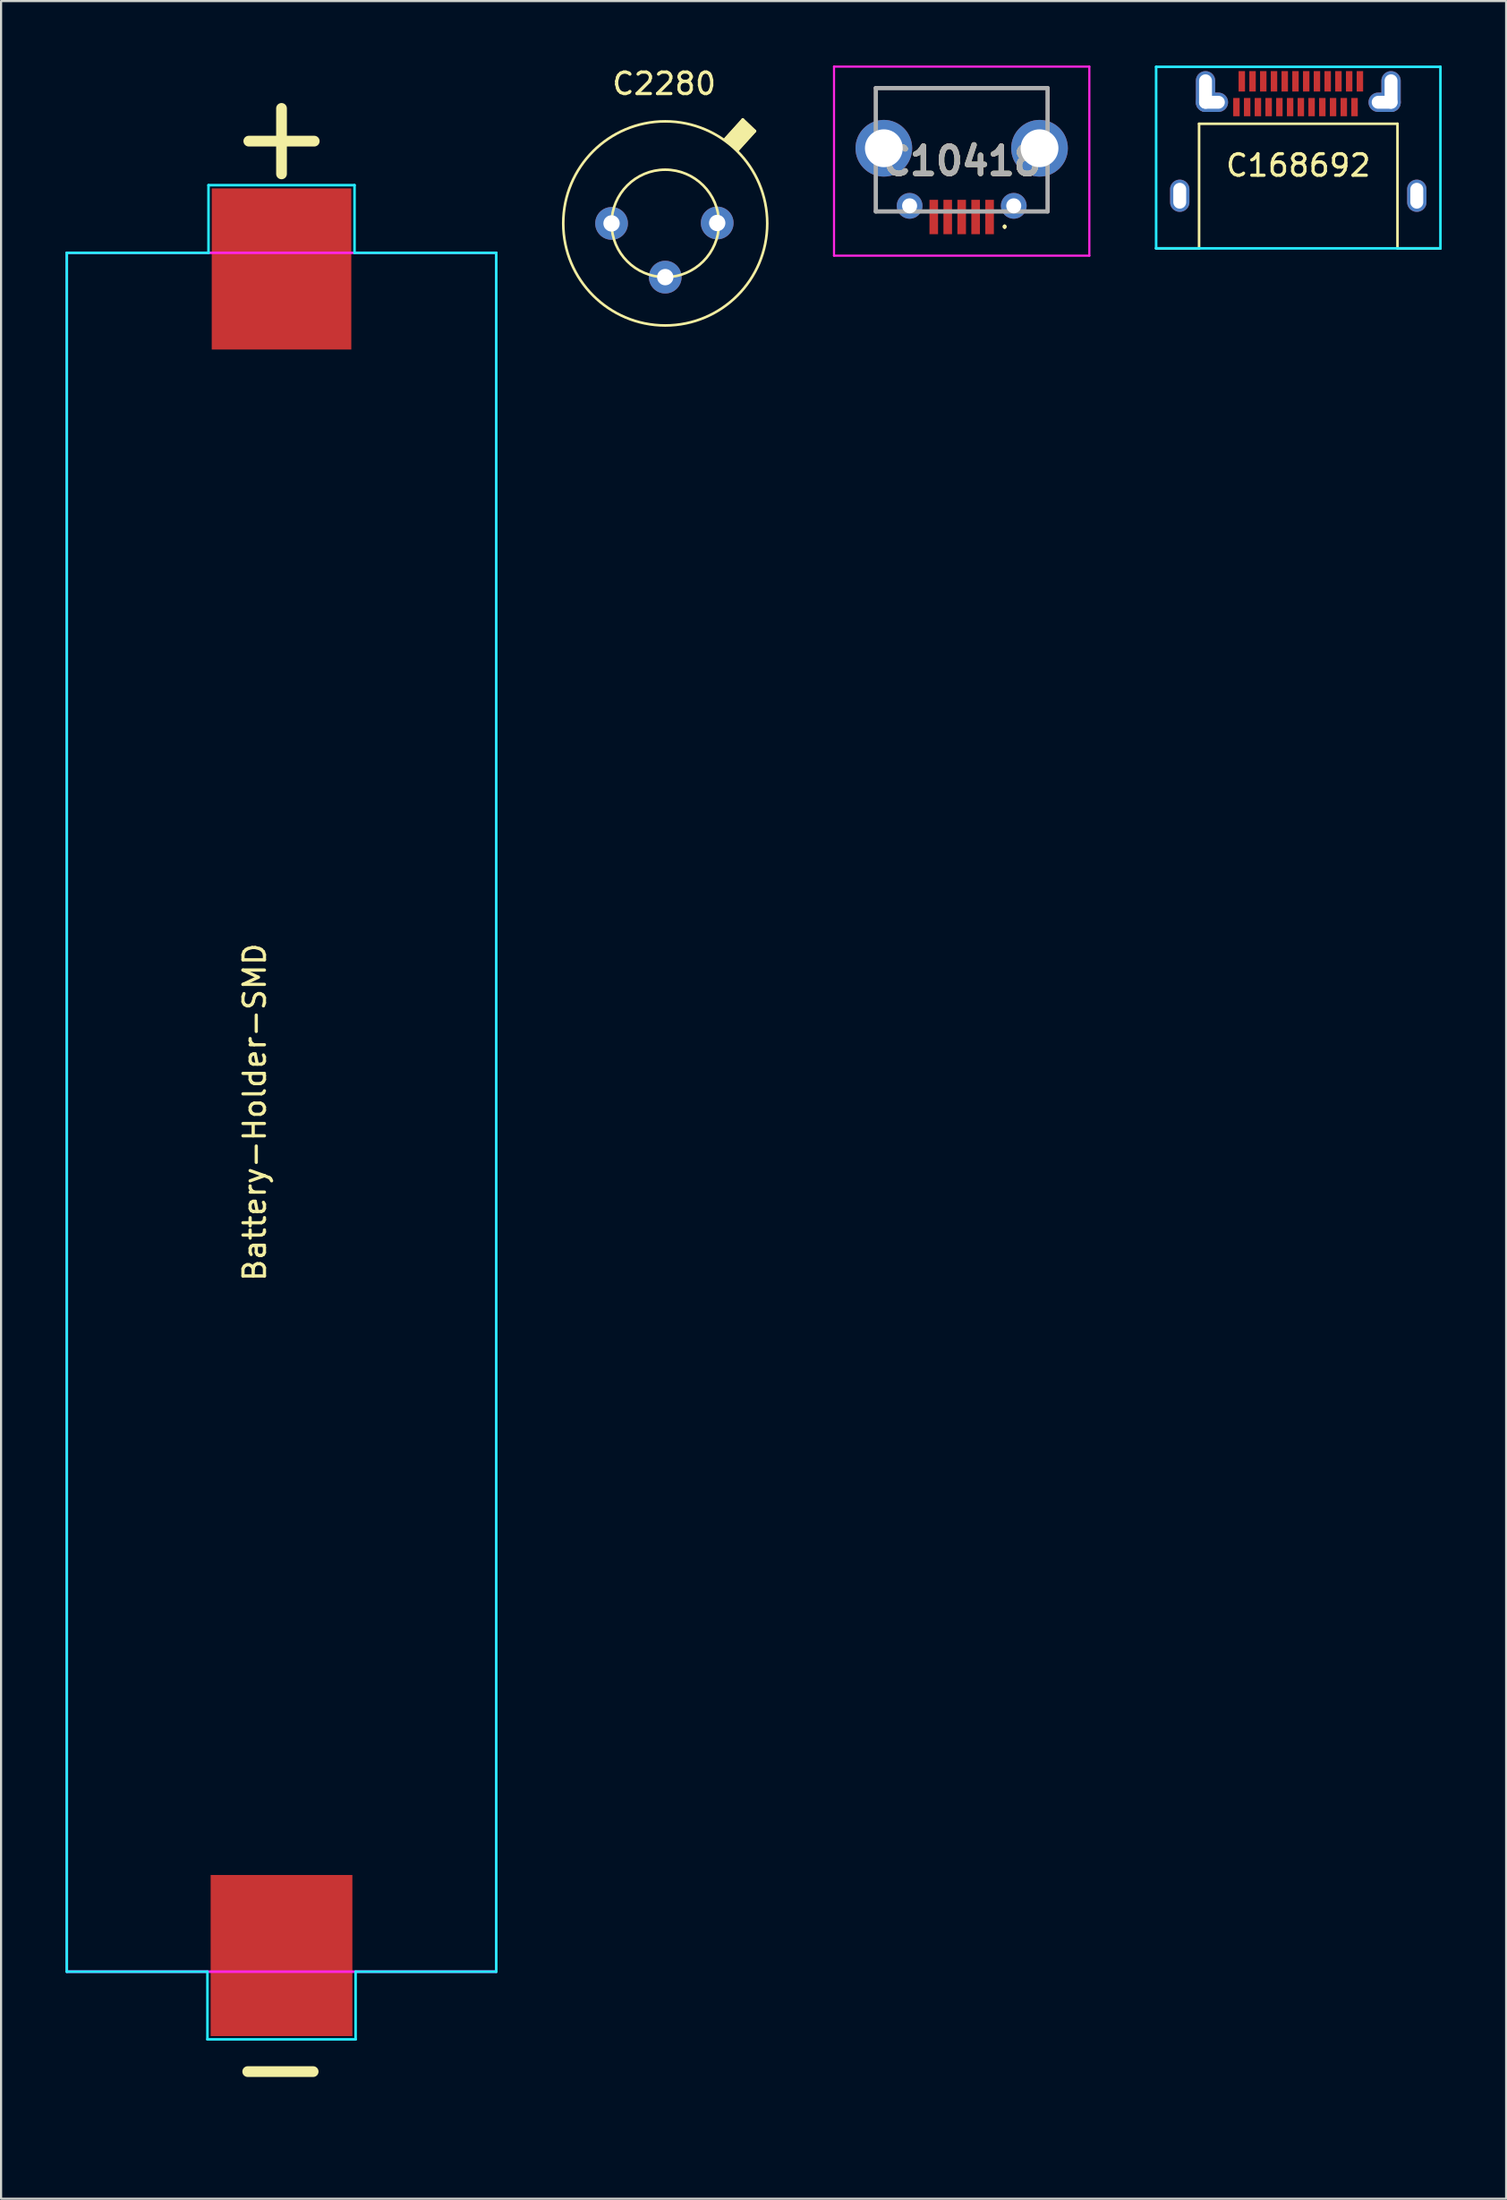
<source format=kicad_pcb>
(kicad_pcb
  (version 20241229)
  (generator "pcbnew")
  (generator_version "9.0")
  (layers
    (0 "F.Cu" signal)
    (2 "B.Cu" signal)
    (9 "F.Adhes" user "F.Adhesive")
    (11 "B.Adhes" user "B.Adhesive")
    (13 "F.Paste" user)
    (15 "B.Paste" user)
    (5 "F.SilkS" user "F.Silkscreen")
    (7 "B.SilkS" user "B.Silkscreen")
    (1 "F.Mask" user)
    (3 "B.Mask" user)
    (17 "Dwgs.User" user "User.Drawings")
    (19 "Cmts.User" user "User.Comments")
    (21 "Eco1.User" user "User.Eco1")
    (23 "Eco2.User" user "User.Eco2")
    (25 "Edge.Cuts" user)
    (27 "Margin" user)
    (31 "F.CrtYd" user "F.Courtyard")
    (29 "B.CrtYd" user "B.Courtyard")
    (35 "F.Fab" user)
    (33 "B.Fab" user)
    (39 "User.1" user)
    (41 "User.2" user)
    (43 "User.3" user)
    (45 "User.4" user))
  (footprint "C10418"
    (layer "F.Cu")
    (at 41.735 4.05)
    (property "Reference" "C10418" (at 0 0.4 0) (layer "F.SilkS") (effects (font (size 1.27 1.27) (thickness 0.254))))
    (attr through_hole)
    (fp_line (start -4 -3) (end 4 -3) (stroke (width 0.1) (type solid)) (layer "F.SilkS"))
    (fp_line (start -4 -1.8) (end -4 -3) (stroke (width 0.1) (type solid)) (layer "F.SilkS"))
    (fp_line (start -4 1.4) (end -4 2.74) (stroke (width 0.1) (type solid)) (layer "F.SilkS"))
    (fp_line (start -4 2.74) (end -3.2 2.74) (stroke (width 0.1) (type solid)) (layer "F.SilkS"))
    (fp_line (start 2 3.4) (end 2 3.4) (stroke (width 0.1) (type solid)) (layer "F.SilkS"))
    (fp_line (start 2 3.5) (end 2 3.5) (stroke (width 0.1) (type solid)) (layer "F.SilkS"))
    (fp_line (start 4 -3) (end 4 -1.8) (stroke (width 0.1) (type solid)) (layer "F.SilkS"))
    (fp_line (start 4 1.4) (end 4 2.74) (stroke (width 0.1) (type solid)) (layer "F.SilkS"))
    (fp_line (start 4 2.74) (end 3.2 2.74) (stroke (width 0.1) (type solid)) (layer "F.SilkS"))
    (fp_arc (start 2 3.4) (mid 2.05 3.45) (end 2 3.5) (stroke (width 0.1) (type solid)) (layer "F.SilkS"))
    (fp_arc (start 2 3.5) (mid 1.95 3.45) (end 2 3.4) (stroke (width 0.1) (type solid)) (layer "F.SilkS"))
    (fp_line (start -5.945 -4) (end 5.945 -4) (stroke (width 0.1) (type solid)) (layer "F.CrtYd"))
    (fp_line (start -5.945 4.8) (end -5.945 -4) (stroke (width 0.1) (type solid)) (layer "F.CrtYd"))
    (fp_line (start 5.945 -4) (end 5.945 4.8) (stroke (width 0.1) (type solid)) (layer "F.CrtYd"))
    (fp_line (start 5.945 4.8) (end -5.945 4.8) (stroke (width 0.1) (type solid)) (layer "F.CrtYd"))
    (fp_line (start -4 -3) (end 4 -3) (stroke (width 0.2) (type solid)) (layer "F.Fab"))
    (fp_line (start -4 2.74) (end -4 -3) (stroke (width 0.2) (type solid)) (layer "F.Fab"))
    (fp_line (start 4 -3) (end 4 2.74) (stroke (width 0.2) (type solid)) (layer "F.Fab"))
    (fp_line (start 4 2.74) (end -4 2.74) (stroke (width 0.2) (type solid)) (layer "F.Fab"))
    (fp_text user "${REFERENCE}" (at 0 0.4 0) (layer "F.Fab") (effects (font (size 1.27 1.27) (thickness 0.254))))
    (pad "1" smd rect (at 1.3 3) (size 0.4 1.6) (layers "F.Cu" "F.Mask" "F.Paste"))
    (pad "2" smd rect (at 0.65 3) (size 0.4 1.6) (layers "F.Cu" "F.Mask" "F.Paste"))
    (pad "3" smd rect (at 0 3) (size 0.4 1.6) (layers "F.Cu" "F.Mask" "F.Paste"))
    (pad "4" smd rect (at -0.65 3) (size 0.4 1.6) (layers "F.Cu" "F.Mask" "F.Paste"))
    (pad "5" smd rect (at -1.3 3) (size 0.4 1.6) (layers "F.Cu" "F.Mask" "F.Paste"))
    (pad "MH1" thru_hole circle (at -3.625 -0.2) (size 2.64 2.64) (drill 1.76) (layers "*.Cu" "*.Mask"))
    (pad "MH2" thru_hole circle (at 3.625 -0.2) (size 2.64 2.64) (drill 1.76) (layers "*.Cu" "*.Mask"))
    (pad "MH3" thru_hole circle (at -2.425 2.48) (size 1.2 1.2) (drill 0.7) (layers "*.Cu" "*.Mask"))
    (pad "MH4" thru_hole circle (at 2.425 2.48) (size 1.2 1.2) (drill 0.7) (layers "*.Cu" "*.Mask")))
  (footprint "Battery-Holder-SMD"
    (layer "F.Cu")
    (at 10.06 48.718)
    (property "Reference" "Battery-Holder-SMD" (at -1.25 0 90) (layer "F.SilkS") (effects (font (size 1 1) (thickness 0.15))))
    (attr through_hole)
    (fp_line (start -10 -40) (end -3.4 -40) (stroke (width 0.12) (type solid)) (layer "B.CrtYd"))
    (fp_line (start -10 40) (end -10 -40) (stroke (width 0.12) (type solid)) (layer "B.CrtYd"))
    (fp_line (start -3.45 40) (end -10 40) (stroke (width 0.12) (type solid)) (layer "B.CrtYd"))
    (fp_line (start -3.45 43.15) (end -3.45 40) (stroke (width 0.12) (type solid)) (layer "B.CrtYd"))
    (fp_line (start -3.4 -43.15) (end 3.4 -43.15) (stroke (width 0.12) (type solid)) (layer "B.CrtYd"))
    (fp_line (start -3.4 -40) (end -3.4 -43.15) (stroke (width 0.12) (type solid)) (layer "B.CrtYd"))
    (fp_line (start 3.4 -43.15) (end 3.4 -40) (stroke (width 0.12) (type solid)) (layer "B.CrtYd"))
    (fp_line (start 3.4 -40) (end 10 -40) (stroke (width 0.12) (type solid)) (layer "B.CrtYd"))
    (fp_line (start 3.45 40) (end 3.45 43.15) (stroke (width 0.12) (type solid)) (layer "B.CrtYd"))
    (fp_line (start 3.45 43.15) (end -3.45 43.15) (stroke (width 0.12) (type solid)) (layer "B.CrtYd"))
    (fp_line (start 10 -40) (end 10 40) (stroke (width 0.12) (type solid)) (layer "B.CrtYd"))
    (fp_line (start 10 40) (end 3.45 40) (stroke (width 0.12) (type solid)) (layer "B.CrtYd"))
    (fp_line (start -10 -40) (end -10 40) (stroke (width 0.12) (type solid)) (layer "F.CrtYd"))
    (fp_line (start -10 -40) (end 10 -40) (stroke (width 0.12) (type solid)) (layer "F.CrtYd"))
    (fp_line (start -10 40) (end 10 40) (stroke (width 0.12) (type solid)) (layer "F.CrtYd"))
    (fp_line (start 10 -40) (end 10 40) (stroke (width 0.12) (type solid)) (layer "F.CrtYd"))
    (fp_text user "-" (at -0.05 44.35 0) (layer "F.SilkS") (effects (font (size 4 4) (thickness 0.5))))
    (fp_text user "+" (at 0 -45.5 0) (layer "F.SilkS") (effects (font (size 4 4) (thickness 0.5))))
    (pad "+" smd rect (at 0 -39.25) (size 6.5 7.5) (layers "F.Cu" "F.Mask" "F.Paste"))
    (pad "-" smd rect (at 0 39.25) (size 6.6 7.5) (layers "F.Cu" "F.Mask" "F.Paste")))
  (footprint "C2280"
    (layer "F.Cu")
    (at 27.93 7.348)
    (property "Reference" "C2280" (at -0.05 -6.5 0) (layer "F.SilkS") (effects (font (size 1 1) (thickness 0.15))))
    (attr through_hole)
    (fp_line (start 2.8 -3.94) (end 3.61 -4.84) (stroke (width 0.12) (type solid)) (layer "F.SilkS"))
    (fp_line (start 3.37 -3.4) (end 4.18 -4.3) (stroke (width 0.12) (type solid)) (layer "F.SilkS"))
    (fp_line (start 4.18 -4.3) (end 3.61 -4.84) (stroke (width 0.12) (type solid)) (layer "F.SilkS"))
    (fp_circle (center 0 0) (end 2.5 0) (stroke (width 0.12) (type solid)) (fill no) (layer "F.SilkS"))
    (fp_circle (center 0 0) (end 4.75 0) (stroke (width 0.12) (type solid)) (fill no) (layer "F.SilkS"))
    (fp_poly (pts (xy 3.62 -4.83) (xy 4.18 -4.29) (xy 3.36 -3.4) (xy 2.8 -3.94)) (stroke (width 0.1) (type solid)) (fill yes) (layer "F.SilkS"))
    (pad "1" thru_hole circle (at 2.42 -0.02) (size 1.524 1.524) (drill 0.762) (layers "*.Cu" "*.Mask"))
    (pad "2" thru_hole circle (at 0 2.5) (size 1.524 1.524) (drill 0.762) (layers "*.Cu" "*.Mask"))
    (pad "3" thru_hole circle (at -2.5 0) (size 1.524 1.524) (drill 0.762) (layers "*.Cu" "*.Mask")))
  (footprint "C168692"
    (layer "F.Cu")
    (at 57.41 6.06)
    (property "Reference" "C168692" (at 0 -1.41 0) (layer "F.SilkS") (effects (font (size 1 1) (thickness 0.15))))
    (attr through_hole)
    (fp_line (start -4.62 -3.35) (end -4.62 2.45) (stroke (width 0.12) (type solid)) (layer "F.SilkS"))
    (fp_line (start -4.62 2.45) (end -6.62 2.45) (stroke (width 0.12) (type solid)) (layer "F.SilkS"))
    (fp_line (start 4.62 -3.35) (end -4.62 -3.35) (stroke (width 0.12) (type solid)) (layer "F.SilkS"))
    (fp_line (start 4.62 2.45) (end 4.62 -3.35) (stroke (width 0.12) (type solid)) (layer "F.SilkS"))
    (fp_line (start 6.62 2.45) (end 4.62 2.45) (stroke (width 0.12) (type solid)) (layer "F.SilkS"))
    (fp_line (start -6.62 -6) (end 6.62 -6) (stroke (width 0.12) (type solid)) (layer "B.CrtYd"))
    (fp_line (start -6.62 2.45) (end -6.62 -6) (stroke (width 0.12) (type solid)) (layer "B.CrtYd"))
    (fp_line (start 6.62 -6) (end 6.62 2.45) (stroke (width 0.12) (type solid)) (layer "B.CrtYd"))
    (fp_line (start 6.62 2.45) (end -6.62 2.45) (stroke (width 0.12) (type solid)) (layer "B.CrtYd"))
    (pad "A1" smd rect (at -2.63 -5.325) (size 0.3 0.95) (layers "F.Cu" "F.Mask" "F.Paste"))
    (pad "A2" smd rect (at -2.13 -5.325) (size 0.3 0.95) (layers "F.Cu" "F.Mask" "F.Paste"))
    (pad "A3" smd rect (at -1.63 -5.325) (size 0.3 0.95) (layers "F.Cu" "F.Mask" "F.Paste"))
    (pad "A4" smd rect (at -1.13 -5.325) (size 0.3 0.95) (layers "F.Cu" "F.Mask" "F.Paste"))
    (pad "A5" smd rect (at -0.63 -5.325) (size 0.3 0.95) (layers "F.Cu" "F.Mask" "F.Paste"))
    (pad "A6" smd rect (at -0.13 -5.325) (size 0.3 0.95) (layers "F.Cu" "F.Mask" "F.Paste"))
    (pad "A7" smd rect (at 0.37 -5.325) (size 0.3 0.95) (layers "F.Cu" "F.Mask" "F.Paste"))
    (pad "A8" smd rect (at 0.87 -5.325) (size 0.3 0.95) (layers "F.Cu" "F.Mask" "F.Paste"))
    (pad "A9" smd rect (at 1.37 -5.325) (size 0.3 0.95) (layers "F.Cu" "F.Mask" "F.Paste"))
    (pad "A10" smd rect (at 1.87 -5.325) (size 0.3 0.95) (layers "F.Cu" "F.Mask" "F.Paste"))
    (pad "A11" smd rect (at 2.37 -5.325) (size 0.3 0.95) (layers "F.Cu" "F.Mask" "F.Paste"))
    (pad "A12" smd rect (at 2.87 -5.325) (size 0.3 0.95) (layers "F.Cu" "F.Mask" "F.Paste"))
    (pad "B1" smd rect (at 2.62 -4.125) (size 0.3 0.85) (layers "F.Cu" "F.Mask" "F.Paste"))
    (pad "B2" smd rect (at 2.12 -4.125) (size 0.3 0.85) (layers "F.Cu" "F.Mask" "F.Paste"))
    (pad "B3" smd rect (at 1.62 -4.125) (size 0.3 0.85) (layers "F.Cu" "F.Mask" "F.Paste"))
    (pad "B4" smd rect (at 1.12 -4.125) (size 0.3 0.85) (layers "F.Cu" "F.Mask" "F.Paste"))
    (pad "B5" smd rect (at 0.62 -4.125) (size 0.3 0.85) (layers "F.Cu" "F.Mask" "F.Paste"))
    (pad "B6" smd rect (at 0.12 -4.125) (size 0.3 0.85) (layers "F.Cu" "F.Mask" "F.Paste"))
    (pad "B7" smd rect (at -0.38 -4.125) (size 0.3 0.85) (layers "F.Cu" "F.Mask" "F.Paste"))
    (pad "B8" smd rect (at -0.88 -4.125) (size 0.3 0.85) (layers "F.Cu" "F.Mask" "F.Paste"))
    (pad "B9" smd rect (at -1.38 -4.125) (size 0.3 0.85) (layers "F.Cu" "F.Mask" "F.Paste"))
    (pad "B10" smd rect (at -1.88 -4.125) (size 0.3 0.85) (layers "F.Cu" "F.Mask" "F.Paste"))
    (pad "B11" smd rect (at -2.38 -4.125) (size 0.3 0.85) (layers "F.Cu" "F.Mask" "F.Paste"))
    (pad "B12" smd rect (at -2.88 -4.125) (size 0.3 0.85) (layers "F.Cu" "F.Mask" "F.Paste"))
    (pad "S1" thru_hole oval (at -5.52 0) (size 0.9 1.5) (drill oval 0.6 1.2) (layers "*.Cu" "*.Mask"))
    (pad "S2" thru_hole oval (at -4.32 -4.85) (size 0.9 1.9) (drill oval 0.6 1.6) (layers "*.Cu" "*.Mask"))
    (pad "S2" thru_hole oval (at -4.02 -4.35 90) (size 0.9 1.5) (drill oval 0.6 1.2) (layers "*.Cu" "*.Mask"))
    (pad "S3" thru_hole oval (at 4.02 -4.35 90) (size 0.9 1.5) (drill oval 0.6 1.2) (layers "*.Cu" "*.Mask"))
    (pad "S3" thru_hole oval (at 4.32 -4.85) (size 0.9 1.9) (drill oval 0.6 1.6) (layers "*.Cu" "*.Mask"))
    (pad "S4" thru_hole oval (at 5.52 0) (size 0.9 1.5) (drill oval 0.6 1.2) (layers "*.Cu" "*.Mask")))
  (gr_rect
    (start -3 -3)
    (end 67.09 99.285)
    (stroke (width 0.1) (type default))
    (fill no)
    (layer "Edge.Cuts")))
</source>
